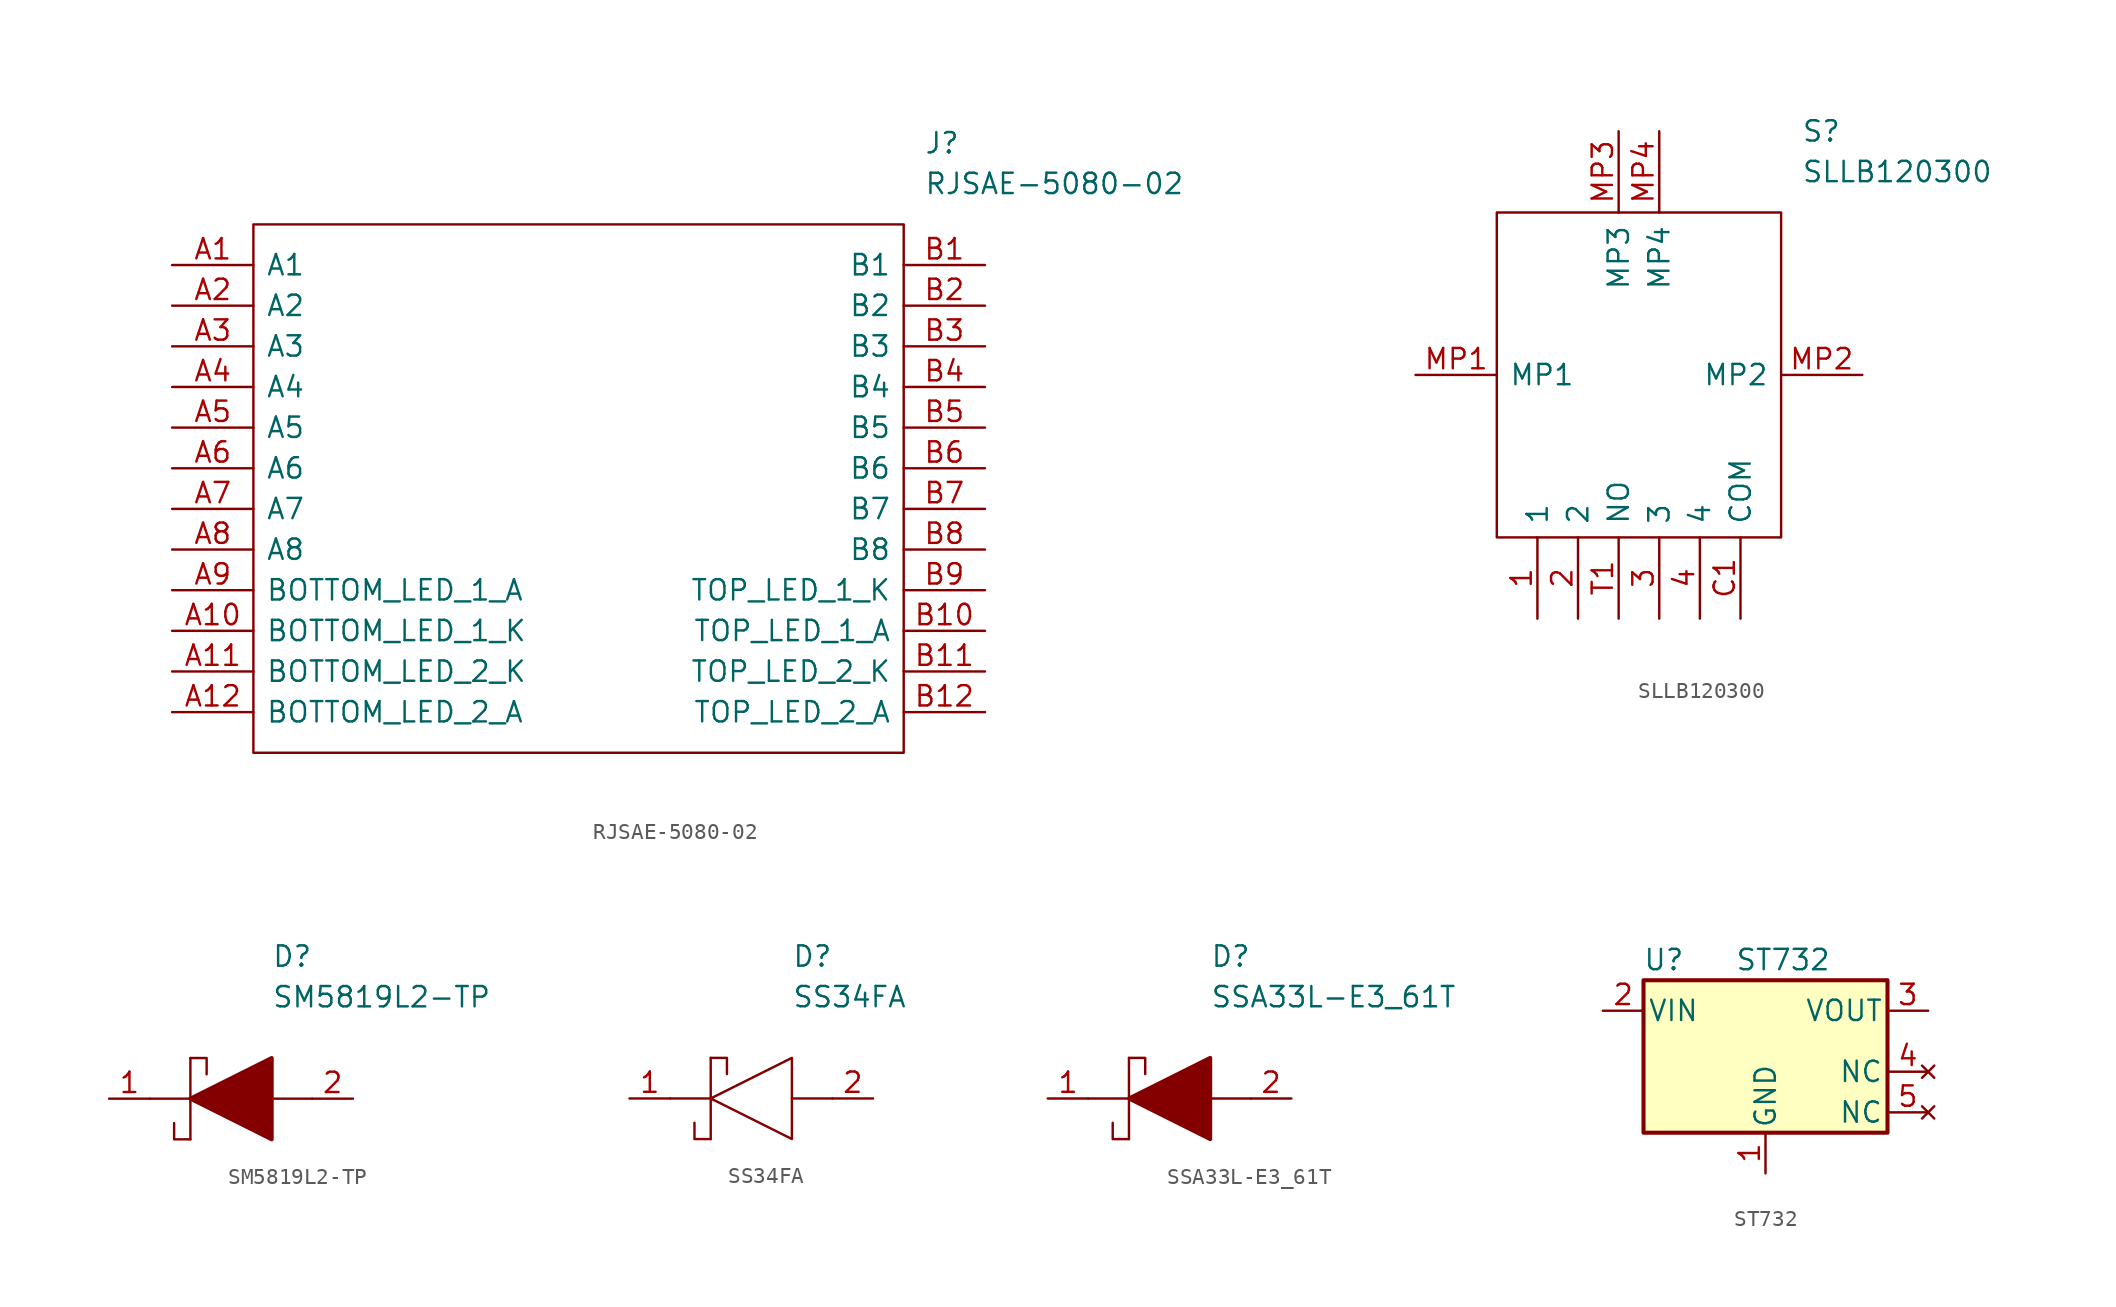
<source format=kicad_sym>
(kicad_symbol_lib
  (version 20241209)
  (generator "kicad_symbol_editor")
  (generator_version "9.0")
  (symbol "RJSAE-5080-02"
    (pin_names
      (offset 0.762))
    (property "Reference" "J"
      (at 46.99 7.62 0)
      (effects (font (size 1.27 1.27)) (justify left)))
    (property "Value" "RJSAE-5080-02"
      (at 46.99 5.08 0)
      (effects (font (size 1.27 1.27)) (justify left)))
    (symbol "RJSAE-5080-02_0_0"
      (pin passive line (at 0 0 0) (length 5.08) (name "A1" (effects (font (size 1.27 1.27)))) (number "A1" (effects (font (size 1.27 1.27)))))
      (pin passive line (at 0 -2.54 0) (length 5.08) (name "A2" (effects (font (size 1.27 1.27)))) (number "A2" (effects (font (size 1.27 1.27)))))
      (pin passive line (at 0 -5.08 0) (length 5.08) (name "A3" (effects (font (size 1.27 1.27)))) (number "A3" (effects (font (size 1.27 1.27)))))
      (pin passive line (at 0 -7.62 0) (length 5.08) (name "A4" (effects (font (size 1.27 1.27)))) (number "A4" (effects (font (size 1.27 1.27)))))
      (pin passive line (at 0 -10.16 0) (length 5.08) (name "A5" (effects (font (size 1.27 1.27)))) (number "A5" (effects (font (size 1.27 1.27)))))
      (pin passive line (at 0 -12.7 0) (length 5.08) (name "A6" (effects (font (size 1.27 1.27)))) (number "A6" (effects (font (size 1.27 1.27)))))
      (pin passive line (at 0 -15.24 0) (length 5.08) (name "A7" (effects (font (size 1.27 1.27)))) (number "A7" (effects (font (size 1.27 1.27)))))
      (pin passive line (at 0 -17.78 0) (length 5.08) (name "A8" (effects (font (size 1.27 1.27)))) (number "A8" (effects (font (size 1.27 1.27)))))
      (pin passive line (at 0 -20.32 0) (length 5.08) (name "BOTTOM_LED_1_A" (effects (font (size 1.27 1.27)))) (number "A9" (effects (font (size 1.27 1.27)))))
      (pin passive line (at 0 -22.86 0) (length 5.08) (name "BOTTOM_LED_1_K" (effects (font (size 1.27 1.27)))) (number "A10" (effects (font (size 1.27 1.27)))))
      (pin passive line (at 0 -25.4 0) (length 5.08) (name "BOTTOM_LED_2_K" (effects (font (size 1.27 1.27)))) (number "A11" (effects (font (size 1.27 1.27)))))
      (pin passive line (at 0 -27.94 0) (length 5.08) (name "BOTTOM_LED_2_A" (effects (font (size 1.27 1.27)))) (number "A12" (effects (font (size 1.27 1.27)))))
      (pin passive line (at 50.8 0 180) (length 5.08) (name "B1" (effects (font (size 1.27 1.27)))) (number "B1" (effects (font (size 1.27 1.27)))))
      (pin passive line (at 50.8 -2.54 180) (length 5.08) (name "B2" (effects (font (size 1.27 1.27)))) (number "B2" (effects (font (size 1.27 1.27)))))
      (pin passive line (at 50.8 -5.08 180) (length 5.08) (name "B3" (effects (font (size 1.27 1.27)))) (number "B3" (effects (font (size 1.27 1.27)))))
      (pin passive line (at 50.8 -7.62 180) (length 5.08) (name "B4" (effects (font (size 1.27 1.27)))) (number "B4" (effects (font (size 1.27 1.27)))))
      (pin passive line (at 50.8 -10.16 180) (length 5.08) (name "B5" (effects (font (size 1.27 1.27)))) (number "B5" (effects (font (size 1.27 1.27)))))
      (pin passive line (at 50.8 -12.7 180) (length 5.08) (name "B6" (effects (font (size 1.27 1.27)))) (number "B6" (effects (font (size 1.27 1.27)))))
      (pin passive line (at 50.8 -15.24 180) (length 5.08) (name "B7" (effects (font (size 1.27 1.27)))) (number "B7" (effects (font (size 1.27 1.27)))))
      (pin passive line (at 50.8 -17.78 180) (length 5.08) (name "B8" (effects (font (size 1.27 1.27)))) (number "B8" (effects (font (size 1.27 1.27)))))
      (pin passive line (at 50.8 -20.32 180) (length 5.08) (name "TOP_LED_1_K" (effects (font (size 1.27 1.27)))) (number "B9" (effects (font (size 1.27 1.27)))))
      (pin passive line (at 50.8 -22.86 180) (length 5.08) (name "TOP_LED_1_A" (effects (font (size 1.27 1.27)))) (number "B10" (effects (font (size 1.27 1.27)))))
      (pin passive line (at 50.8 -25.4 180) (length 5.08) (name "TOP_LED_2_K" (effects (font (size 1.27 1.27)))) (number "B11" (effects (font (size 1.27 1.27)))))
      (pin passive line (at 50.8 -27.94 180) (length 5.08) (name "TOP_LED_2_A" (effects (font (size 1.27 1.27)))) (number "B12" (effects (font (size 1.27 1.27))))))
    (symbol "RJSAE-5080-02_0_1"
      (polyline (pts (xy 5.08 2.54) (xy 45.72 2.54) (xy 45.72 -30.48) (xy 5.08 -30.48) (xy 5.08 2.54)) (stroke (width 0.152) (type solid)) (fill (type none)))))
  (symbol "SLLB120300"
    (pin_names
      (offset 0.762))
    (property "Reference" "S"
      (at 24.13 15.24 0)
      (effects (font (size 1.27 1.27)) (justify left)))
    (property "Value" "SLLB120300"
      (at 24.13 12.7 0)
      (effects (font (size 1.27 1.27)) (justify left)))
    (symbol "SLLB120300_0_0"
      (pin passive line (at 0 0 0) (length 5.08) (name "MP1" (effects (font (size 1.27 1.27)))) (number "MP1" (effects (font (size 1.27 1.27)))))
      (pin passive line (at 7.62 -15.24 90) (length 5.08) (name "1" (effects (font (size 1.27 1.27)))) (number "1" (effects (font (size 1.27 1.27)))))
      (pin passive line (at 10.16 -15.24 90) (length 5.08) (name "2" (effects (font (size 1.27 1.27)))) (number "2" (effects (font (size 1.27 1.27)))))
      (pin passive line (at 12.7 15.24 270) (length 5.08) (name "MP3" (effects (font (size 1.27 1.27)))) (number "MP3" (effects (font (size 1.27 1.27)))))
      (pin passive line (at 12.7 -15.24 90) (length 5.08) (name "NO" (effects (font (size 1.27 1.27)))) (number "T1" (effects (font (size 1.27 1.27)))))
      (pin passive line (at 15.24 15.24 270) (length 5.08) (name "MP4" (effects (font (size 1.27 1.27)))) (number "MP4" (effects (font (size 1.27 1.27)))))
      (pin passive line (at 15.24 -15.24 90) (length 5.08) (name "3" (effects (font (size 1.27 1.27)))) (number "3" (effects (font (size 1.27 1.27)))))
      (pin passive line (at 17.78 -15.24 90) (length 5.08) (name "4" (effects (font (size 1.27 1.27)))) (number "4" (effects (font (size 1.27 1.27)))))
      (pin passive line (at 20.32 -15.24 90) (length 5.08) (name "COM" (effects (font (size 1.27 1.27)))) (number "C1" (effects (font (size 1.27 1.27)))))
      (pin passive line (at 27.94 0 180) (length 5.08) (name "MP2" (effects (font (size 1.27 1.27)))) (number "MP2" (effects (font (size 1.27 1.27))))))
    (symbol "SLLB120300_0_1"
      (polyline (pts (xy 5.08 10.16) (xy 22.86 10.16) (xy 22.86 -10.16) (xy 5.08 -10.16) (xy 5.08 10.16)) (stroke (width 0.152) (type solid)) (fill (type none)))))
  (symbol "SM5819L2-TP"
    (pin_names
      (offset 0.762))
    (property "Reference" "D"
      (at 12.7 8.89 0)
      (effects (font (size 1.27 1.27)) (justify left)))
    (property "Value" "SM5819L2-TP"
      (at 12.7 6.35 0)
      (effects (font (size 1.27 1.27)) (justify left)))
    (symbol "SM5819L2-TP_0_0"
      (pin passive line (at 2.54 0 0) (length 2.54) (name "~" (effects (font (size 1.27 1.27)))) (number "1" (effects (font (size 1.27 1.27)))))
      (pin passive line (at 17.78 0 180) (length 2.54) (name "~" (effects (font (size 1.27 1.27)))) (number "2" (effects (font (size 1.27 1.27))))))
    (symbol "SM5819L2-TP_0_1"
      (polyline (pts (xy 5.08 0) (xy 7.62 0)) (stroke (width 0.152) (type solid)) (fill (type none)))
      (polyline (pts (xy 7.62 2.54) (xy 7.62 -2.54)) (stroke (width 0.152) (type solid)) (fill (type none)))
      (polyline (pts (xy 7.62 2.54) (xy 8.636 2.54) (xy 8.636 1.524)) (stroke (width 0.152) (type solid)) (fill (type none)))
      (polyline (pts (xy 7.62 0) (xy 12.7 2.54) (xy 12.7 -2.54) (xy 7.62 0)) (stroke (width 0.254) (type solid)) (fill (type outline)))
      (polyline (pts (xy 7.62 -2.54) (xy 6.604 -2.54) (xy 6.604 -1.524)) (stroke (width 0.152) (type solid)) (fill (type none)))
      (polyline (pts (xy 12.7 0) (xy 15.24 0)) (stroke (width 0.152) (type solid)) (fill (type none)))))
  (symbol "SS34FA"
    (pin_names
      (offset 0.762))
    (property "Reference" "D"
      (at 12.7 8.89 0)
      (effects (font (size 1.27 1.27)) (justify left)))
    (property "Value" "SS34FA"
      (at 12.7 6.35 0)
      (effects (font (size 1.27 1.27)) (justify left)))
    (symbol "SS34FA_0_0"
      (pin unspecified line (at 2.54 0 0) (length 2.54) (name "~" (effects (font (size 1.27 1.27)))) (number "1" (effects (font (size 1.27 1.27)))))
      (pin unspecified line (at 17.78 0 180) (length 2.54) (name "~" (effects (font (size 1.27 1.27)))) (number "2" (effects (font (size 1.27 1.27))))))
    (symbol "SS34FA_0_1"
      (polyline (pts (xy 5.08 0) (xy 7.62 0)) (stroke (width 0.152) (type solid)) (fill (type none)))
      (polyline (pts (xy 7.62 2.54) (xy 7.62 -2.54)) (stroke (width 0.152) (type solid)) (fill (type none)))
      (polyline (pts (xy 7.62 2.54) (xy 8.636 2.54) (xy 8.636 1.524)) (stroke (width 0.152) (type solid)) (fill (type none)))
      (polyline (pts (xy 7.62 0) (xy 12.7 2.54) (xy 12.7 -2.54) (xy 7.62 0)) (stroke (width 0.152) (type solid)) (fill (type none)))
      (polyline (pts (xy 7.62 -2.54) (xy 6.604 -2.54) (xy 6.604 -1.524)) (stroke (width 0.152) (type solid)) (fill (type none)))
      (polyline (pts (xy 12.7 0) (xy 15.24 0)) (stroke (width 0.152) (type solid)) (fill (type none)))))
  (symbol "SSA33L-E3_61T"
    (pin_names
      (offset 0.762))
    (property "Reference" "D"
      (at 12.7 8.89 0)
      (effects (font (size 1.27 1.27)) (justify left)))
    (property "Value" "SSA33L-E3_61T"
      (at 12.7 6.35 0)
      (effects (font (size 1.27 1.27)) (justify left)))
    (symbol "SSA33L-E3_61T_0_0"
      (pin passive line (at 2.54 0 0) (length 2.54) (name "~" (effects (font (size 1.27 1.27)))) (number "1" (effects (font (size 1.27 1.27)))))
      (pin passive line (at 17.78 0 180) (length 2.54) (name "~" (effects (font (size 1.27 1.27)))) (number "2" (effects (font (size 1.27 1.27))))))
    (symbol "SSA33L-E3_61T_0_1"
      (polyline (pts (xy 5.08 0) (xy 7.62 0)) (stroke (width 0.152) (type solid)) (fill (type none)))
      (polyline (pts (xy 7.62 2.54) (xy 7.62 -2.54)) (stroke (width 0.152) (type solid)) (fill (type none)))
      (polyline (pts (xy 7.62 2.54) (xy 8.636 2.54) (xy 8.636 1.524)) (stroke (width 0.152) (type solid)) (fill (type none)))
      (polyline (pts (xy 7.62 0) (xy 12.7 2.54) (xy 12.7 -2.54) (xy 7.62 0)) (stroke (width 0.254) (type solid)) (fill (type outline)))
      (polyline (pts (xy 7.62 -2.54) (xy 6.604 -2.54) (xy 6.604 -1.524)) (stroke (width 0.152) (type solid)) (fill (type none)))
      (polyline (pts (xy 12.7 0) (xy 15.24 0)) (stroke (width 0.152) (type solid)) (fill (type none)))))
  (symbol "ST732"
    (pin_names
      (offset 0.254))
    (property "Reference" "U"
      (at -6.35 5.715 0)
      (effects (font (size 1.27 1.27))))
    (property "Value" "ST732"
      (at -1.905 5.715 0)
      (effects (font (size 1.27 1.27)) (justify left)))
    (symbol "ST732_0_1"
      (rectangle (start -7.62 4.445) (end 7.62 -5.08) (stroke (width 0.254) (type solid)) (fill (type background))))
    (symbol "ST732_1_1"
      (pin power_in line (at -10.16 2.54 0) (length 2.54) (name "VIN" (effects (font (size 1.27 1.27)))) (number "2" (effects (font (size 1.27 1.27)))))
      (pin power_in line (at 0 -7.62 90) (length 2.54) (name "GND" (effects (font (size 1.27 1.27)))) (number "1" (effects (font (size 1.27 1.27)))))
      (pin power_out line (at 10.16 2.54 180) (length 2.54) (name "VOUT" (effects (font (size 1.27 1.27)))) (number "3" (effects (font (size 1.27 1.27)))))
      (pin no_connect line (at 10.16 -1.27 180) (length 2.54) (name "NC" (effects (font (size 1.27 1.27)))) (number "4" (effects (font (size 1.27 1.27)))))
      (pin no_connect line (at 10.16 -3.81 180) (length 2.54) (name "NC" (effects (font (size 1.27 1.27)))) (number "5" (effects (font (size 1.27 1.27))))))))
</source>
